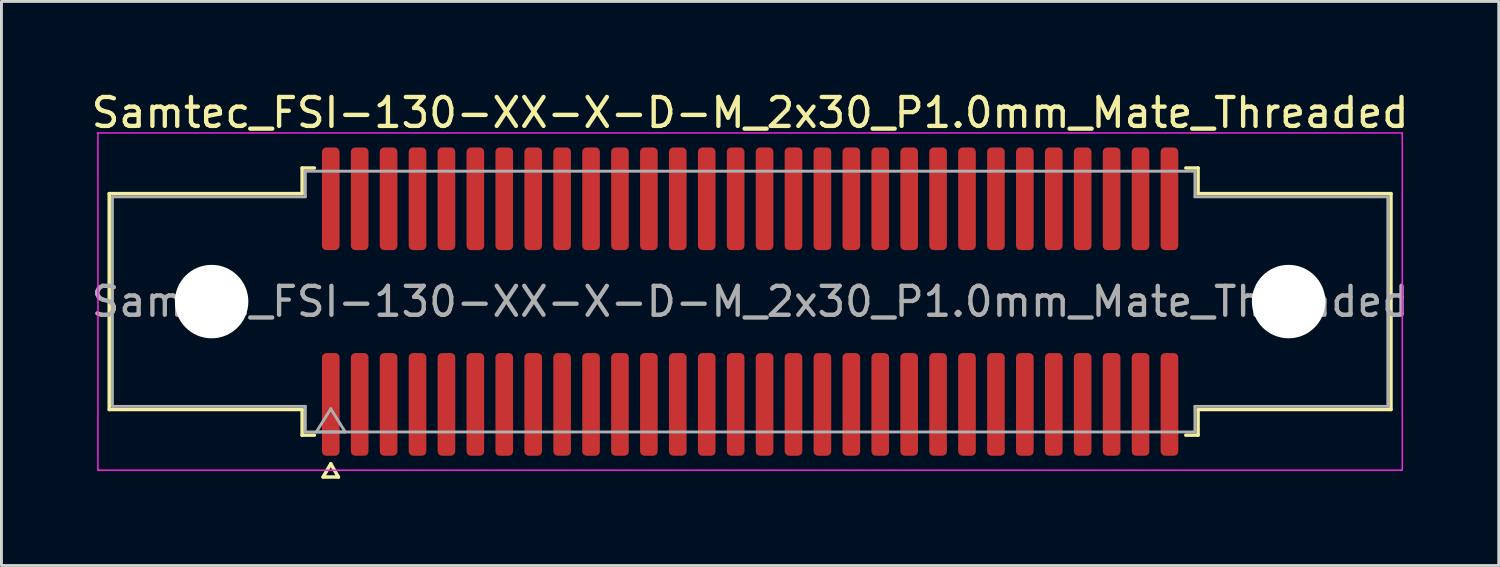
<source format=kicad_pcb>
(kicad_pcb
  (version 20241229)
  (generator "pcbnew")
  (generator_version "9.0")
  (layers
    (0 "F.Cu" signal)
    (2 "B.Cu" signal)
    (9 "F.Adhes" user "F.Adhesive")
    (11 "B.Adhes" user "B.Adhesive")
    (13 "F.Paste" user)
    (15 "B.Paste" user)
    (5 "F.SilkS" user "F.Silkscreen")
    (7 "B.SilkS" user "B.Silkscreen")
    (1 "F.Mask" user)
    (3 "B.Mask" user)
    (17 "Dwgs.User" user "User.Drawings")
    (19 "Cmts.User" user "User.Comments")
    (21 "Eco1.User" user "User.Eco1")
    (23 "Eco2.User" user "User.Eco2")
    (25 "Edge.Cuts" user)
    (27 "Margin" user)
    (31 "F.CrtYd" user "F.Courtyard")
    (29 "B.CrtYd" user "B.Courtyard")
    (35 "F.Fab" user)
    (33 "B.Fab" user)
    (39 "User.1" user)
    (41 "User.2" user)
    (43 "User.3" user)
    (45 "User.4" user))
  (footprint "Samtec_FSI-130-XX-X-D-M_2x30_P1.0mm_Mate_Threaded"
    (layer "F.Cu")
    (at 22.887 7.378)
    (property "Reference" "Samtec_FSI-130-XX-X-D-M_2x30_P1.0mm_Mate_Threaded" (at 0 -6.53 0) (layer "F.SilkS") (effects (font (size 1 1) (thickness 0.15))))
    (attr smd exclude_from_pos_files exclude_from_bom)
    (fp_line (start -22.16 -3.733) (end -15.49 -3.733) (stroke (width 0.12) (type solid)) (layer "F.SilkS"))
    (fp_line (start -22.16 3.733) (end -22.16 -3.733) (stroke (width 0.12) (type solid)) (layer "F.SilkS"))
    (fp_line (start -15.49 -4.619) (end -15.065 -4.619) (stroke (width 0.12) (type solid)) (layer "F.SilkS"))
    (fp_line (start -15.49 -3.733) (end -15.49 -4.619) (stroke (width 0.12) (type solid)) (layer "F.SilkS"))
    (fp_line (start -15.49 3.733) (end -22.16 3.733) (stroke (width 0.12) (type solid)) (layer "F.SilkS"))
    (fp_line (start -15.49 4.619) (end -15.49 3.733) (stroke (width 0.12) (type solid)) (layer "F.SilkS"))
    (fp_line (start -15.065 4.619) (end -15.49 4.619) (stroke (width 0.12) (type solid)) (layer "F.SilkS"))
    (fp_line (start -14.764 6.066) (end -14.5 5.609) (stroke (width 0.12) (type solid)) (layer "F.SilkS"))
    (fp_line (start -14.5 5.609) (end -14.236 6.066) (stroke (width 0.12) (type solid)) (layer "F.SilkS"))
    (fp_line (start -14.236 6.066) (end -14.764 6.066) (stroke (width 0.12) (type solid)) (layer "F.SilkS"))
    (fp_line (start 15.065 -4.619) (end 15.49 -4.619) (stroke (width 0.12) (type solid)) (layer "F.SilkS"))
    (fp_line (start 15.49 -4.619) (end 15.49 -3.733) (stroke (width 0.12) (type solid)) (layer "F.SilkS"))
    (fp_line (start 15.49 -3.733) (end 22.16 -3.733) (stroke (width 0.12) (type solid)) (layer "F.SilkS"))
    (fp_line (start 15.49 3.733) (end 15.49 4.619) (stroke (width 0.12) (type solid)) (layer "F.SilkS"))
    (fp_line (start 15.49 4.619) (end 15.065 4.619) (stroke (width 0.12) (type solid)) (layer "F.SilkS"))
    (fp_line (start 22.16 -3.733) (end 22.16 3.733) (stroke (width 0.12) (type solid)) (layer "F.SilkS"))
    (fp_line (start 22.16 3.733) (end 15.49 3.733) (stroke (width 0.12) (type solid)) (layer "F.SilkS"))
    (fp_line (start -22.55 -5.83) (end -22.55 5.83) (stroke (width 0.05) (type solid)) (layer "F.CrtYd"))
    (fp_line (start -22.55 5.83) (end 22.55 5.83) (stroke (width 0.05) (type solid)) (layer "F.CrtYd"))
    (fp_line (start 22.55 -5.83) (end -22.55 -5.83) (stroke (width 0.05) (type solid)) (layer "F.CrtYd"))
    (fp_line (start 22.55 5.83) (end 22.55 -5.83) (stroke (width 0.05) (type solid)) (layer "F.CrtYd"))
    (fp_line (start -22.05 -3.623) (end -15.38 -3.623) (stroke (width 0.1) (type solid)) (layer "F.Fab"))
    (fp_line (start -22.05 3.623) (end -22.05 -3.623) (stroke (width 0.1) (type solid)) (layer "F.Fab"))
    (fp_line (start -15.38 -4.508) (end 15.38 -4.508) (stroke (width 0.1) (type solid)) (layer "F.Fab"))
    (fp_line (start -15.38 -3.623) (end -15.38 -4.508) (stroke (width 0.1) (type solid)) (layer "F.Fab"))
    (fp_line (start -15.38 3.623) (end -22.05 3.623) (stroke (width 0.1) (type solid)) (layer "F.Fab"))
    (fp_line (start -15.38 4.508) (end -15.38 3.623) (stroke (width 0.1) (type solid)) (layer "F.Fab"))
    (fp_line (start -15 4.508) (end -14.5 3.708) (stroke (width 0.1) (type solid)) (layer "F.Fab"))
    (fp_line (start -14.5 3.708) (end -14 4.508) (stroke (width 0.1) (type solid)) (layer "F.Fab"))
    (fp_line (start -14 4.508) (end -15 4.508) (stroke (width 0.1) (type solid)) (layer "F.Fab"))
    (fp_line (start 15.38 -4.508) (end 15.38 -3.623) (stroke (width 0.1) (type solid)) (layer "F.Fab"))
    (fp_line (start 15.38 -3.623) (end 22.05 -3.623) (stroke (width 0.1) (type solid)) (layer "F.Fab"))
    (fp_line (start 15.38 3.623) (end 15.38 4.508) (stroke (width 0.1) (type solid)) (layer "F.Fab"))
    (fp_line (start 15.38 4.508) (end -15.38 4.508) (stroke (width 0.1) (type solid)) (layer "F.Fab"))
    (fp_line (start 22.05 -3.623) (end 22.05 3.623) (stroke (width 0.1) (type solid)) (layer "F.Fab"))
    (fp_line (start 22.05 3.623) (end 15.38 3.623) (stroke (width 0.1) (type solid)) (layer "F.Fab"))
    (fp_text user "${REFERENCE}" (at 0 0 0) (layer "F.Fab") (effects (font (size 1 1) (thickness 0.15))))
    (pad "" np_thru_hole circle (at -18.62 0) (size 2.54 2.54) (drill 2.54) (layers "*.Cu" "*.Mask"))
    (pad "" np_thru_hole circle (at 18.62 0) (size 2.54 2.54) (drill 2.54) (layers "*.Cu" "*.Mask"))
    (pad "1" smd roundrect (at -14.5 3.555) (size 0.61 3.55) (layers "F.Cu" "F.Mask") (roundrect_rratio 0.25))
    (pad "2" smd roundrect (at -14.5 -3.555) (size 0.61 3.55) (layers "F.Cu" "F.Mask") (roundrect_rratio 0.25))
    (pad "3" smd roundrect (at -13.5 3.555) (size 0.61 3.55) (layers "F.Cu" "F.Mask") (roundrect_rratio 0.25))
    (pad "4" smd roundrect (at -13.5 -3.555) (size 0.61 3.55) (layers "F.Cu" "F.Mask") (roundrect_rratio 0.25))
    (pad "5" smd roundrect (at -12.5 3.555) (size 0.61 3.55) (layers "F.Cu" "F.Mask") (roundrect_rratio 0.25))
    (pad "6" smd roundrect (at -12.5 -3.555) (size 0.61 3.55) (layers "F.Cu" "F.Mask") (roundrect_rratio 0.25))
    (pad "7" smd roundrect (at -11.5 3.555) (size 0.61 3.55) (layers "F.Cu" "F.Mask") (roundrect_rratio 0.25))
    (pad "8" smd roundrect (at -11.5 -3.555) (size 0.61 3.55) (layers "F.Cu" "F.Mask") (roundrect_rratio 0.25))
    (pad "9" smd roundrect (at -10.5 3.555) (size 0.61 3.55) (layers "F.Cu" "F.Mask") (roundrect_rratio 0.25))
    (pad "10" smd roundrect (at -10.5 -3.555) (size 0.61 3.55) (layers "F.Cu" "F.Mask") (roundrect_rratio 0.25))
    (pad "11" smd roundrect (at -9.5 3.555) (size 0.61 3.55) (layers "F.Cu" "F.Mask") (roundrect_rratio 0.25))
    (pad "12" smd roundrect (at -9.5 -3.555) (size 0.61 3.55) (layers "F.Cu" "F.Mask") (roundrect_rratio 0.25))
    (pad "13" smd roundrect (at -8.5 3.555) (size 0.61 3.55) (layers "F.Cu" "F.Mask") (roundrect_rratio 0.25))
    (pad "14" smd roundrect (at -8.5 -3.555) (size 0.61 3.55) (layers "F.Cu" "F.Mask") (roundrect_rratio 0.25))
    (pad "15" smd roundrect (at -7.5 3.555) (size 0.61 3.55) (layers "F.Cu" "F.Mask") (roundrect_rratio 0.25))
    (pad "16" smd roundrect (at -7.5 -3.555) (size 0.61 3.55) (layers "F.Cu" "F.Mask") (roundrect_rratio 0.25))
    (pad "17" smd roundrect (at -6.5 3.555) (size 0.61 3.55) (layers "F.Cu" "F.Mask") (roundrect_rratio 0.25))
    (pad "18" smd roundrect (at -6.5 -3.555) (size 0.61 3.55) (layers "F.Cu" "F.Mask") (roundrect_rratio 0.25))
    (pad "19" smd roundrect (at -5.5 3.555) (size 0.61 3.55) (layers "F.Cu" "F.Mask") (roundrect_rratio 0.25))
    (pad "20" smd roundrect (at -5.5 -3.555) (size 0.61 3.55) (layers "F.Cu" "F.Mask") (roundrect_rratio 0.25))
    (pad "21" smd roundrect (at -4.5 3.555) (size 0.61 3.55) (layers "F.Cu" "F.Mask") (roundrect_rratio 0.25))
    (pad "22" smd roundrect (at -4.5 -3.555) (size 0.61 3.55) (layers "F.Cu" "F.Mask") (roundrect_rratio 0.25))
    (pad "23" smd roundrect (at -3.5 3.555) (size 0.61 3.55) (layers "F.Cu" "F.Mask") (roundrect_rratio 0.25))
    (pad "24" smd roundrect (at -3.5 -3.555) (size 0.61 3.55) (layers "F.Cu" "F.Mask") (roundrect_rratio 0.25))
    (pad "25" smd roundrect (at -2.5 3.555) (size 0.61 3.55) (layers "F.Cu" "F.Mask") (roundrect_rratio 0.25))
    (pad "26" smd roundrect (at -2.5 -3.555) (size 0.61 3.55) (layers "F.Cu" "F.Mask") (roundrect_rratio 0.25))
    (pad "27" smd roundrect (at -1.5 3.555) (size 0.61 3.55) (layers "F.Cu" "F.Mask") (roundrect_rratio 0.25))
    (pad "28" smd roundrect (at -1.5 -3.555) (size 0.61 3.55) (layers "F.Cu" "F.Mask") (roundrect_rratio 0.25))
    (pad "29" smd roundrect (at -0.5 3.555) (size 0.61 3.55) (layers "F.Cu" "F.Mask") (roundrect_rratio 0.25))
    (pad "30" smd roundrect (at -0.5 -3.555) (size 0.61 3.55) (layers "F.Cu" "F.Mask") (roundrect_rratio 0.25))
    (pad "31" smd roundrect (at 0.5 3.555) (size 0.61 3.55) (layers "F.Cu" "F.Mask") (roundrect_rratio 0.25))
    (pad "32" smd roundrect (at 0.5 -3.555) (size 0.61 3.55) (layers "F.Cu" "F.Mask") (roundrect_rratio 0.25))
    (pad "33" smd roundrect (at 1.5 3.555) (size 0.61 3.55) (layers "F.Cu" "F.Mask") (roundrect_rratio 0.25))
    (pad "34" smd roundrect (at 1.5 -3.555) (size 0.61 3.55) (layers "F.Cu" "F.Mask") (roundrect_rratio 0.25))
    (pad "35" smd roundrect (at 2.5 3.555) (size 0.61 3.55) (layers "F.Cu" "F.Mask") (roundrect_rratio 0.25))
    (pad "36" smd roundrect (at 2.5 -3.555) (size 0.61 3.55) (layers "F.Cu" "F.Mask") (roundrect_rratio 0.25))
    (pad "37" smd roundrect (at 3.5 3.555) (size 0.61 3.55) (layers "F.Cu" "F.Mask") (roundrect_rratio 0.25))
    (pad "38" smd roundrect (at 3.5 -3.555) (size 0.61 3.55) (layers "F.Cu" "F.Mask") (roundrect_rratio 0.25))
    (pad "39" smd roundrect (at 4.5 3.555) (size 0.61 3.55) (layers "F.Cu" "F.Mask") (roundrect_rratio 0.25))
    (pad "40" smd roundrect (at 4.5 -3.555) (size 0.61 3.55) (layers "F.Cu" "F.Mask") (roundrect_rratio 0.25))
    (pad "41" smd roundrect (at 5.5 3.555) (size 0.61 3.55) (layers "F.Cu" "F.Mask") (roundrect_rratio 0.25))
    (pad "42" smd roundrect (at 5.5 -3.555) (size 0.61 3.55) (layers "F.Cu" "F.Mask") (roundrect_rratio 0.25))
    (pad "43" smd roundrect (at 6.5 3.555) (size 0.61 3.55) (layers "F.Cu" "F.Mask") (roundrect_rratio 0.25))
    (pad "44" smd roundrect (at 6.5 -3.555) (size 0.61 3.55) (layers "F.Cu" "F.Mask") (roundrect_rratio 0.25))
    (pad "45" smd roundrect (at 7.5 3.555) (size 0.61 3.55) (layers "F.Cu" "F.Mask") (roundrect_rratio 0.25))
    (pad "46" smd roundrect (at 7.5 -3.555) (size 0.61 3.55) (layers "F.Cu" "F.Mask") (roundrect_rratio 0.25))
    (pad "47" smd roundrect (at 8.5 3.555) (size 0.61 3.55) (layers "F.Cu" "F.Mask") (roundrect_rratio 0.25))
    (pad "48" smd roundrect (at 8.5 -3.555) (size 0.61 3.55) (layers "F.Cu" "F.Mask") (roundrect_rratio 0.25))
    (pad "49" smd roundrect (at 9.5 3.555) (size 0.61 3.55) (layers "F.Cu" "F.Mask") (roundrect_rratio 0.25))
    (pad "50" smd roundrect (at 9.5 -3.555) (size 0.61 3.55) (layers "F.Cu" "F.Mask") (roundrect_rratio 0.25))
    (pad "51" smd roundrect (at 10.5 3.555) (size 0.61 3.55) (layers "F.Cu" "F.Mask") (roundrect_rratio 0.25))
    (pad "52" smd roundrect (at 10.5 -3.555) (size 0.61 3.55) (layers "F.Cu" "F.Mask") (roundrect_rratio 0.25))
    (pad "53" smd roundrect (at 11.5 3.555) (size 0.61 3.55) (layers "F.Cu" "F.Mask") (roundrect_rratio 0.25))
    (pad "54" smd roundrect (at 11.5 -3.555) (size 0.61 3.55) (layers "F.Cu" "F.Mask") (roundrect_rratio 0.25))
    (pad "55" smd roundrect (at 12.5 3.555) (size 0.61 3.55) (layers "F.Cu" "F.Mask") (roundrect_rratio 0.25))
    (pad "56" smd roundrect (at 12.5 -3.555) (size 0.61 3.55) (layers "F.Cu" "F.Mask") (roundrect_rratio 0.25))
    (pad "57" smd roundrect (at 13.5 3.555) (size 0.61 3.55) (layers "F.Cu" "F.Mask") (roundrect_rratio 0.25))
    (pad "58" smd roundrect (at 13.5 -3.555) (size 0.61 3.55) (layers "F.Cu" "F.Mask") (roundrect_rratio 0.25))
    (pad "59" smd roundrect (at 14.5 3.555) (size 0.61 3.55) (layers "F.Cu" "F.Mask") (roundrect_rratio 0.25))
    (pad "60" smd roundrect (at 14.5 -3.555) (size 0.61 3.55) (layers "F.Cu" "F.Mask") (roundrect_rratio 0.25)))
  (gr_rect
    (start -3 -3)
    (end 48.774 16.504)
    (stroke (width 0.1) (type default))
    (fill no)
    (layer "Edge.Cuts")))
</source>
